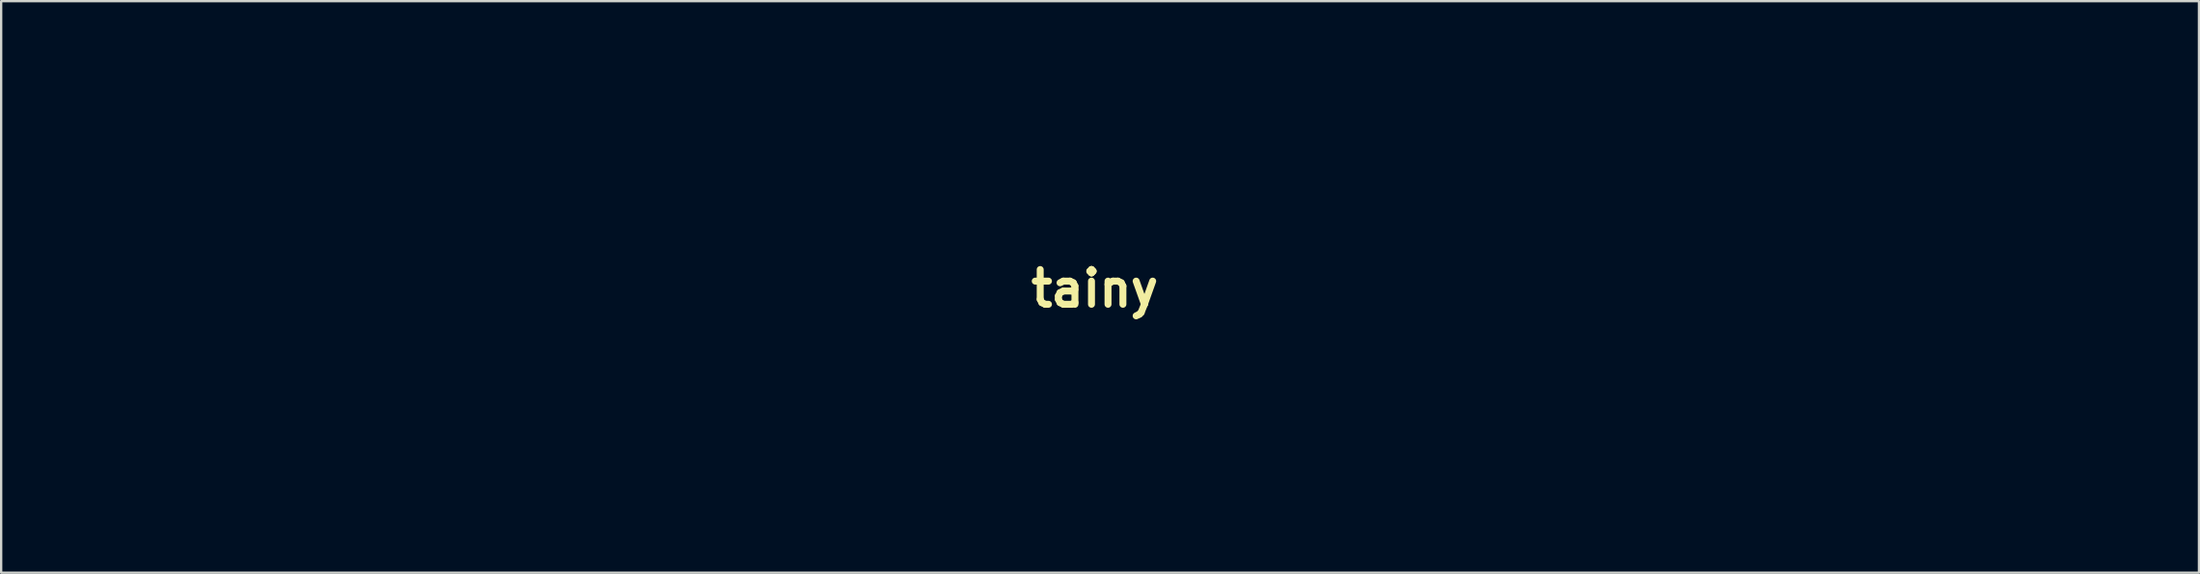
<source format=kicad_pcb>
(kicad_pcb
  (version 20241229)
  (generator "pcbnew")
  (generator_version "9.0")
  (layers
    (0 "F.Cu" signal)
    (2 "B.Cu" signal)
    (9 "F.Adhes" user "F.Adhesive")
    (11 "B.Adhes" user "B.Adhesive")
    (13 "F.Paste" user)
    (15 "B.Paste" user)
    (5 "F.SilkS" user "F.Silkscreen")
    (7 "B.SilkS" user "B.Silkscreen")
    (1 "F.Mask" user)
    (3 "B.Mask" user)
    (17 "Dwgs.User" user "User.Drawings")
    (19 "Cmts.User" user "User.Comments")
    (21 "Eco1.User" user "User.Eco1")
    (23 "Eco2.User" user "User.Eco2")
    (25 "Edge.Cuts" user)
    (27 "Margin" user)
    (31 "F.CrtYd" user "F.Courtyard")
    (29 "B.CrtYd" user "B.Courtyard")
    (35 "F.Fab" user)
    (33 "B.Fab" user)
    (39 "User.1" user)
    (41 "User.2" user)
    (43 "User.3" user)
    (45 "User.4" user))
  (footprint "tainy"
    (layer "F.Cu")
    (at 44.223 9.413)
    (property "Reference" "tainy" (at 0 0 0) (layer "F.SilkS") (effects (font (size 1.5 1.5) (thickness 0.3))))
    (attr board_only exclude_from_pos_files exclude_from_bom)
    (fp_poly (pts (xy 44.553 -9.288) (xy 44.638 -9.178) (xy 44.677 -9.08) (xy 44.678 -9.073) (xy 44.678 -9.06) (xy 44.678 -9.047) (xy 44.674 -9.031) (xy 44.661 -9.009) (xy 44.638 -8.978) (xy 44.601 -8.934) (xy 44.546 -8.874) (xy 44.469 -8.795) (xy 44.369 -8.694) (xy 44.241 -8.567) (xy 44.081 -8.412) (xy 43.888 -8.224) (xy 43.656 -8.001) (xy 43.383 -7.74) (xy 43.066 -7.437) (xy 42.701 -7.088) (xy 42.285 -6.692) (xy 41.814 -6.244) (xy 41.286 -5.741) (xy 40.696 -5.18) (xy 40.042 -4.558) (xy 39.319 -3.871) (xy 38.846 -3.42) (xy 38.242 -2.846) (xy 37.659 -2.29) (xy 37.101 -1.756) (xy 36.571 -1.249) (xy 36.074 -0.771) (xy 35.614 -0.328) (xy 35.195 0.076) (xy 34.822 0.438) (xy 34.499 0.753) (xy 34.229 1.018) (xy 34.018 1.227) (xy 33.87 1.378) (xy 33.788 1.466) (xy 33.772 1.486) (xy 33.757 1.552) (xy 33.72 1.708) (xy 33.664 1.947) (xy 33.591 2.261) (xy 33.503 2.642) (xy 33.401 3.082) (xy 33.287 3.572) (xy 33.163 4.106) (xy 33.03 4.675) (xy 32.892 5.272) (xy 32.888 5.287) (xy 32.723 5.996) (xy 32.579 6.611) (xy 32.454 7.141) (xy 32.347 7.591) (xy 32.256 7.967) (xy 32.178 8.275) (xy 32.114 8.523) (xy 32.061 8.716) (xy 32.017 8.86) (xy 31.982 8.962) (xy 31.952 9.028) (xy 31.928 9.065) (xy 31.922 9.07) (xy 31.895 9.087) (xy 31.856 9.103) (xy 31.797 9.116) (xy 31.71 9.126) (xy 31.589 9.135) (xy 31.425 9.142) (xy 31.212 9.148) (xy 30.941 9.152) (xy 30.606 9.155) (xy 30.199 9.156) (xy 29.713 9.158) (xy 29.139 9.158) (xy 28.531 9.158) (xy 27.874 9.158) (xy 27.311 9.158) (xy 26.834 9.157) (xy 26.436 9.155) (xy 26.109 9.153) (xy 25.846 9.149) (xy 25.639 9.144) (xy 25.481 9.137) (xy 25.364 9.128) (xy 25.281 9.118) (xy 25.225 9.105) (xy 25.187 9.089) (xy 25.161 9.071) (xy 25.147 9.057) (xy 25.072 8.958) (xy 25.046 8.882) (xy 25.057 8.822) (xy 25.089 8.671) (xy 25.141 8.437) (xy 25.211 8.128) (xy 25.297 7.752) (xy 25.396 7.317) (xy 25.508 6.829) (xy 25.631 6.298) (xy 25.762 5.731) (xy 25.9 5.136) (xy 25.907 5.104) (xy 26.769 1.4) (xy 26.424 0.814) (xy 25.952 0.01) (xy 25.528 -0.708) (xy 25.152 -1.343) (xy 24.822 -1.898) (xy 24.537 -2.374) (xy 24.295 -2.775) (xy 24.095 -3.102) (xy 23.936 -3.359) (xy 23.815 -3.546) (xy 23.732 -3.667) (xy 23.686 -3.725) (xy 23.674 -3.729) (xy 23.649 -3.655) (xy 23.609 -3.508) (xy 23.561 -3.314) (xy 23.537 -3.213) (xy 23.289 -2.13) (xy 23.045 -1.072) (xy 22.807 -0.042) (xy 22.576 0.956) (xy 22.352 1.917) (xy 22.137 2.836) (xy 21.932 3.71) (xy 21.738 4.535) (xy 21.555 5.305) (xy 21.385 6.016) (xy 21.23 6.665) (xy 21.089 7.247) (xy 20.964 7.757) (xy 20.856 8.192) (xy 20.766 8.546) (xy 20.695 8.817) (xy 20.644 8.998) (xy 20.614 9.087) (xy 20.609 9.095) (xy 20.569 9.108) (xy 20.484 9.12) (xy 20.347 9.13) (xy 20.154 9.138) (xy 19.897 9.144) (xy 19.57 9.149) (xy 19.168 9.153) (xy 18.685 9.156) (xy 18.113 9.158) (xy 17.448 9.158) (xy 17.303 9.158) (xy 16.65 9.158) (xy 16.092 9.157) (xy 15.619 9.156) (xy 15.226 9.154) (xy 14.904 9.151) (xy 14.646 9.147) (xy 14.444 9.141) (xy 14.292 9.134) (xy 14.181 9.125) (xy 14.104 9.114) (xy 14.054 9.101) (xy 14.023 9.085) (xy 14.006 9.07) (xy 13.97 9.015) (xy 13.885 8.88) (xy 13.755 8.669) (xy 13.583 8.389) (xy 13.373 8.045) (xy 13.129 7.644) (xy 12.853 7.19) (xy 12.549 6.69) (xy 12.222 6.149) (xy 11.873 5.574) (xy 11.507 4.969) (xy 11.134 4.351) (xy 10.755 3.724) (xy 10.389 3.119) (xy 10.04 2.544) (xy 9.711 2.003) (xy 9.407 1.503) (xy 9.13 1.05) (xy 8.885 0.648) (xy 8.674 0.305) (xy 8.501 0.025) (xy 8.37 -0.185) (xy 8.284 -0.32) (xy 8.247 -0.373) (xy 8.12 -0.448) (xy 7.968 -0.464) (xy 7.838 -0.416) (xy 7.817 -0.398) (xy 7.797 -0.34) (xy 7.755 -0.19) (xy 7.694 0.045) (xy 7.615 0.357) (xy 7.521 0.741) (xy 7.412 1.188) (xy 7.29 1.693) (xy 7.158 2.248) (xy 7.017 2.846) (xy 6.868 3.48) (xy 6.713 4.143) (xy 6.671 4.326) (xy 6.484 5.13) (xy 6.319 5.84) (xy 6.173 6.463) (xy 6.045 7.003) (xy 5.934 7.467) (xy 5.839 7.86) (xy 5.758 8.187) (xy 5.689 8.454) (xy 5.632 8.666) (xy 5.586 8.829) (xy 5.547 8.949) (xy 5.516 9.031) (xy 5.491 9.08) (xy 5.479 9.095) (xy 5.368 9.209) (xy 2.304 9.209) (xy 1.671 9.209) (xy 1.132 9.208) (xy 0.678 9.207) (xy 0.302 9.206) (xy -0.004 9.203) (xy -0.247 9.198) (xy -0.436 9.193) (xy -0.578 9.185) (xy -0.681 9.175) (xy -0.752 9.164) (xy -0.8 9.149) (xy -0.832 9.132) (xy -0.856 9.111) (xy -0.86 9.108) (xy -0.936 8.999) (xy -0.961 8.909) (xy -0.95 8.848) (xy -0.917 8.694) (xy -0.864 8.455) (xy -0.793 8.135) (xy -0.703 7.742) (xy -0.598 7.281) (xy -0.479 6.758) (xy -0.346 6.18) (xy -0.202 5.553) (xy -0.047 4.882) (xy 0.116 4.175) (xy 0.287 3.437) (xy 0.406 2.925) (xy 0.599 2.097) (xy 0.796 1.245) (xy 0.997 0.383) (xy 1.197 -0.481) (xy 1.395 -1.334) (xy 1.588 -2.165) (xy 1.773 -2.963) (xy 1.948 -3.717) (xy 2.11 -4.417) (xy 2.257 -5.05) (xy 2.386 -5.606) (xy 2.488 -6.046) (xy 2.619 -6.608) (xy 2.743 -7.137) (xy 2.86 -7.624) (xy 2.967 -8.062) (xy 3.061 -8.442) (xy 3.142 -8.756) (xy 3.206 -8.996) (xy 3.252 -9.153) (xy 3.278 -9.221) (xy 3.278 -9.221) (xy 3.299 -9.239) (xy 3.333 -9.255) (xy 3.387 -9.268) (xy 3.469 -9.279) (xy 3.586 -9.287) (xy 3.747 -9.294) (xy 3.957 -9.3) (xy 4.226 -9.304) (xy 4.559 -9.307) (xy 4.966 -9.308) (xy 5.453 -9.309) (xy 6.027 -9.31) (xy 6.552 -9.31) (xy 7.201 -9.31) (xy 7.755 -9.309) (xy 8.224 -9.308) (xy 8.614 -9.307) (xy 8.933 -9.304) (xy 9.189 -9.3) (xy 9.388 -9.294) (xy 9.539 -9.287) (xy 9.649 -9.278) (xy 9.726 -9.267) (xy 9.777 -9.253) (xy 9.81 -9.237) (xy 9.832 -9.219) (xy 9.836 -9.215) (xy 9.873 -9.159) (xy 9.959 -9.023) (xy 10.09 -8.811) (xy 10.263 -8.53) (xy 10.474 -8.185) (xy 10.72 -7.782) (xy 10.997 -7.327) (xy 11.302 -6.825) (xy 11.631 -6.282) (xy 11.981 -5.704) (xy 12.348 -5.096) (xy 12.729 -4.465) (xy 12.756 -4.421) (xy 13.138 -3.789) (xy 13.506 -3.18) (xy 13.856 -2.602) (xy 14.187 -2.058) (xy 14.493 -1.556) (xy 14.772 -1.1) (xy 15.02 -0.696) (xy 15.233 -0.35) (xy 15.408 -0.068) (xy 15.542 0.145) (xy 15.631 0.283) (xy 15.672 0.341) (xy 15.673 0.342) (xy 15.82 0.4) (xy 15.971 0.376) (xy 16.054 0.316) (xy 16.083 0.247) (xy 16.133 0.085) (xy 16.2 -0.161) (xy 16.284 -0.485) (xy 16.383 -0.881) (xy 16.495 -1.341) (xy 16.617 -1.859) (xy 16.697 -2.201) (xy 16.922 -3.169) (xy 17.124 -4.043) (xy 17.306 -4.827) (xy 17.469 -5.528) (xy 17.614 -6.15) (xy 17.742 -6.697) (xy 17.853 -7.175) (xy 17.951 -7.588) (xy 18.035 -7.941) (xy 18.106 -8.239) (xy 18.167 -8.487) (xy 18.218 -8.689) (xy 18.26 -8.852) (xy 18.294 -8.978) (xy 18.322 -9.074) (xy 18.345 -9.144) (xy 18.364 -9.192) (xy 18.381 -9.225) (xy 18.395 -9.246) (xy 18.41 -9.26) (xy 18.424 -9.272) (xy 18.447 -9.287) (xy 18.48 -9.3) (xy 18.531 -9.312) (xy 18.606 -9.322) (xy 18.71 -9.33) (xy 18.849 -9.337) (xy 19.031 -9.343) (xy 19.26 -9.348) (xy 19.543 -9.352) (xy 19.887 -9.355) (xy 20.297 -9.357) (xy 20.779 -9.359) (xy 21.339 -9.36) (xy 21.985 -9.36) (xy 22.721 -9.361) (xy 23.302 -9.361) (xy 23.989 -9.36) (xy 24.649 -9.359) (xy 25.273 -9.358) (xy 25.856 -9.356) (xy 26.389 -9.353) (xy 26.865 -9.35) (xy 27.278 -9.347) (xy 27.62 -9.343) (xy 27.884 -9.339) (xy 28.063 -9.334) (xy 28.15 -9.33) (xy 28.157 -9.329) (xy 28.194 -9.279) (xy 28.272 -9.145) (xy 28.387 -8.935) (xy 28.536 -8.656) (xy 28.715 -8.315) (xy 28.919 -7.919) (xy 29.146 -7.475) (xy 29.391 -6.991) (xy 29.651 -6.474) (xy 29.703 -6.371) (xy 30.048 -5.684) (xy 30.351 -5.086) (xy 30.611 -4.577) (xy 30.829 -4.158) (xy 31.005 -3.83) (xy 31.138 -3.591) (xy 31.227 -3.444) (xy 31.273 -3.388) (xy 31.404 -3.353) (xy 31.489 -3.359) (xy 31.54 -3.398) (xy 31.656 -3.506) (xy 31.831 -3.676) (xy 32.06 -3.902) (xy 32.337 -4.18) (xy 32.656 -4.503) (xy 33.014 -4.866) (xy 33.403 -5.264) (xy 33.818 -5.692) (xy 34.255 -6.143) (xy 34.476 -6.372) (xy 37.354 -9.357) (xy 38.625 -9.372) (xy 38.961 -9.376) (xy 39.378 -9.38) (xy 39.859 -9.384) (xy 40.382 -9.388) (xy 40.93 -9.392) (xy 41.482 -9.396) (xy 42.02 -9.399) (xy 42.162 -9.4) (xy 44.427 -9.413)) (stroke (width 0) (type solid)) (fill yes) (layer "F.Mask"))
    (fp_poly (pts (xy -1.21 -9.31) (xy -0.646 -9.31) (xy -0.169 -9.309) (xy 0.229 -9.307) (xy 0.556 -9.304) (xy 0.819 -9.301) (xy 1.026 -9.296) (xy 1.184 -9.289) (xy 1.301 -9.28) (xy 1.384 -9.269) (xy 1.44 -9.256) (xy 1.477 -9.241) (xy 1.503 -9.222) (xy 1.518 -9.209) (xy 1.593 -9.109) (xy 1.619 -9.033) (xy 1.608 -8.971) (xy 1.576 -8.82) (xy 1.525 -8.588) (xy 1.457 -8.285) (xy 1.374 -7.919) (xy 1.279 -7.5) (xy 1.172 -7.036) (xy 1.057 -6.537) (xy 0.964 -6.136) (xy 0.87 -5.727) (xy 0.759 -5.25) (xy 0.634 -4.711) (xy 0.496 -4.118) (xy 0.347 -3.477) (xy 0.189 -2.795) (xy 0.023 -2.08) (xy -0.15 -1.338) (xy -0.327 -0.576) (xy -0.507 0.198) (xy -0.688 0.979) (xy -0.869 1.759) (xy -1.049 2.53) (xy -1.225 3.287) (xy -1.396 4.022) (xy -1.56 4.728) (xy -1.716 5.399) (xy -1.862 6.026) (xy -1.996 6.605) (xy -2.117 7.126) (xy -2.224 7.585) (xy -2.314 7.973) (xy -2.387 8.283) (xy -2.439 8.51) (xy -2.471 8.645) (xy -2.472 8.65) (xy -2.526 8.851) (xy -2.584 9.016) (xy -2.636 9.119) (xy -2.651 9.135) (xy -2.714 9.145) (xy -2.872 9.155) (xy -3.118 9.166) (xy -3.446 9.176) (xy -3.849 9.186) (xy -4.32 9.195) (xy -4.853 9.204) (xy -5.442 9.213) (xy -6.08 9.222) (xy -6.76 9.229) (xy -7.476 9.236) (xy -8.221 9.243) (xy -8.989 9.248) (xy -9.773 9.252) (xy -10.567 9.256) (xy -11.364 9.258) (xy -12.158 9.259) (xy -12.471 9.259) (xy -12.993 9.259) (xy -13.423 9.258) (xy -13.77 9.256) (xy -14.045 9.253) (xy -14.256 9.248) (xy -14.413 9.24) (xy -14.525 9.23) (xy -14.603 9.216) (xy -14.654 9.199) (xy -14.689 9.179) (xy -14.706 9.164) (xy -14.739 9.122) (xy -14.77 9.051) (xy -14.801 8.942) (xy -14.835 8.782) (xy -14.873 8.56) (xy -14.919 8.264) (xy -14.974 7.884) (xy -14.995 7.735) (xy -15.054 7.321) (xy -15.104 6.995) (xy -15.145 6.748) (xy -15.181 6.567) (xy -15.213 6.44) (xy -15.244 6.357) (xy -15.277 6.306) (xy -15.284 6.299) (xy -15.304 6.281) (xy -15.33 6.264) (xy -15.369 6.251) (xy -15.428 6.239) (xy -15.512 6.229) (xy -15.63 6.222) (xy -15.787 6.216) (xy -15.992 6.211) (xy -16.25 6.209) (xy -16.568 6.207) (xy -16.954 6.207) (xy -17.414 6.208) (xy -17.955 6.209) (xy -18.584 6.212) (xy -19.266 6.215) (xy -19.988 6.218) (xy -20.614 6.221) (xy -21.153 6.224) (xy -21.611 6.227) (xy -21.995 6.231) (xy -22.311 6.236) (xy -22.567 6.242) (xy -22.768 6.248) (xy -22.923 6.256) (xy -23.037 6.265) (xy -23.117 6.275) (xy -23.171 6.287) (xy -23.204 6.302) (xy -23.224 6.318) (xy -23.224 6.318) (xy -23.268 6.382) (xy -23.356 6.522) (xy -23.483 6.727) (xy -23.64 6.985) (xy -23.821 7.285) (xy -24.02 7.617) (xy -24.132 7.806) (xy -24.336 8.147) (xy -24.526 8.459) (xy -24.696 8.733) (xy -24.838 8.957) (xy -24.946 9.121) (xy -25.014 9.214) (xy -25.031 9.231) (xy -25.093 9.236) (xy -25.246 9.24) (xy -25.484 9.244) (xy -25.797 9.248) (xy -26.177 9.252) (xy -26.614 9.255) (xy -27.101 9.257) (xy -27.629 9.259) (xy -28.19 9.26) (xy -28.393 9.26) (xy -29.053 9.261) (xy -29.62 9.261) (xy -30.1 9.26) (xy -30.501 9.259) (xy -30.831 9.256) (xy -31.096 9.252) (xy -31.305 9.247) (xy -31.465 9.24) (xy -31.583 9.231) (xy -31.666 9.221) (xy -31.723 9.208) (xy -31.76 9.192) (xy -31.785 9.175) (xy -31.786 9.174) (xy -31.863 9.043) (xy -31.865 8.957) (xy -31.835 8.902) (xy -31.749 8.768) (xy -31.613 8.56) (xy -31.427 8.283) (xy -31.196 7.94) (xy -30.923 7.537) (xy -30.61 7.078) (xy -30.261 6.567) (xy -29.879 6.009) (xy -29.466 5.408) (xy -29.027 4.769) (xy -28.563 4.096) (xy -28.078 3.394) (xy -27.576 2.668) (xy -27.2 2.125) (xy -27.054 1.914) (xy -20.492 1.914) (xy -20.454 2.015) (xy -20.363 2.118) (xy -20.359 2.121) (xy -20.323 2.147) (xy -20.281 2.169) (xy -20.223 2.186) (xy -20.141 2.199) (xy -20.022 2.209) (xy -19.859 2.216) (xy -19.642 2.221) (xy -19.359 2.224) (xy -19.003 2.226) (xy -18.563 2.226) (xy -18.161 2.226) (xy -17.668 2.225) (xy -17.22 2.222) (xy -16.825 2.216) (xy -16.493 2.209) (xy -16.234 2.2) (xy -16.056 2.19) (xy -15.97 2.178) (xy -15.968 2.177) (xy -15.86 2.097) (xy -15.809 2.006) (xy -15.81 1.934) (xy -15.825 1.772) (xy -15.853 1.528) (xy -15.892 1.213) (xy -15.94 0.836) (xy -15.998 0.406) (xy -16.063 -0.068) (xy -16.135 -0.574) (xy -16.184 -0.916) (xy -16.273 -1.531) (xy -16.349 -2.053) (xy -16.414 -2.49) (xy -16.47 -2.85) (xy -16.518 -3.139) (xy -16.561 -3.367) (xy -16.601 -3.539) (xy -16.638 -3.664) (xy -16.676 -3.75) (xy -16.715 -3.803) (xy -16.758 -3.832) (xy -16.807 -3.844) (xy -16.863 -3.846) (xy -16.901 -3.845) (xy -17.032 -3.813) (xy -17.111 -3.757) (xy -17.164 -3.682) (xy -17.26 -3.532) (xy -17.396 -3.315) (xy -17.565 -3.041) (xy -17.762 -2.717) (xy -17.983 -2.354) (xy -18.22 -1.961) (xy -18.47 -1.545) (xy -18.726 -1.117) (xy -18.984 -0.684) (xy -19.238 -0.257) (xy -19.483 0.157) (xy -19.713 0.548) (xy -19.924 0.907) (xy -20.109 1.225) (xy -20.264 1.493) (xy -20.383 1.703) (xy -20.46 1.846) (xy -20.492 1.912) (xy -20.492 1.914) (xy -27.054 1.914) (xy -26.687 1.384) (xy -26.189 0.665) (xy -25.71 -0.027) (xy -25.252 -0.689) (xy -24.82 -1.315) (xy -24.415 -1.901) (xy -24.041 -2.443) (xy -23.7 -2.936) (xy -23.397 -3.376) (xy -23.134 -3.758) (xy -22.915 -4.079) (xy -22.741 -4.332) (xy -22.617 -4.515) (xy -22.545 -4.622) (xy -22.527 -4.651) (xy -22.532 -4.664) (xy -22.565 -4.676) (xy -22.632 -4.685) (xy -22.738 -4.693) (xy -22.89 -4.699) (xy -23.095 -4.703) (xy -23.359 -4.705) (xy -23.688 -4.706) (xy -24.088 -4.705) (xy -24.567 -4.703) (xy -25.13 -4.7) (xy -25.783 -4.695) (xy -26.26 -4.691) (xy -26.968 -4.685) (xy -27.582 -4.68) (xy -28.109 -4.675) (xy -28.555 -4.669) (xy -28.928 -4.664) (xy -29.234 -4.658) (xy -29.48 -4.651) (xy -29.673 -4.644) (xy -29.82 -4.635) (xy -29.928 -4.626) (xy -30.004 -4.614) (xy -30.055 -4.601) (xy -30.087 -4.586) (xy -30.108 -4.569) (xy -30.138 -4.501) (xy -30.188 -4.34) (xy -30.258 -4.085) (xy -30.348 -3.735) (xy -30.459 -3.29) (xy -30.59 -2.748) (xy -30.742 -2.11) (xy -30.914 -1.373) (xy -31.034 -0.86) (xy -31.307 0.318) (xy -31.558 1.401) (xy -31.788 2.393) (xy -31.997 3.299) (xy -32.188 4.121) (xy -32.361 4.865) (xy -32.516 5.534) (xy -32.655 6.132) (xy -32.779 6.663) (xy -32.889 7.131) (xy -32.985 7.54) (xy -33.069 7.893) (xy -33.142 8.195) (xy -33.204 8.449) (xy -33.256 8.66) (xy -33.3 8.832) (xy -33.337 8.968) (xy -33.367 9.072) (xy -33.391 9.148) (xy -33.411 9.201) (xy -33.427 9.233) (xy -33.441 9.25) (xy -33.452 9.255) (xy -33.463 9.252) (xy -33.474 9.244) (xy -33.486 9.237) (xy -33.5 9.233) (xy -33.509 9.234) (xy -33.585 9.24) (xy -33.751 9.246) (xy -33.996 9.251) (xy -34.309 9.256) (xy -34.681 9.26) (xy -35.1 9.264) (xy -35.556 9.267) (xy -36.04 9.269) (xy -36.539 9.271) (xy -37.044 9.272) (xy -37.545 9.273) (xy -38.03 9.272) (xy -38.49 9.272) (xy -38.913 9.27) (xy -39.29 9.267) (xy -39.61 9.264) (xy -39.862 9.26) (xy -40.036 9.255) (xy -40.122 9.249) (xy -40.127 9.248) (xy -40.185 9.223) (xy -40.23 9.19) (xy -40.26 9.139) (xy -40.276 9.061) (xy -40.275 8.948) (xy -40.257 8.791) (xy -40.221 8.581) (xy -40.165 8.308) (xy -40.09 7.963) (xy -39.993 7.539) (xy -39.873 7.025) (xy -39.869 7.008) (xy -39.604 5.87) (xy -39.348 4.772) (xy -39.103 3.718) (xy -38.869 2.711) (xy -38.648 1.756) (xy -38.439 0.856) (xy -38.244 0.014) (xy -38.063 -0.765) (xy -37.899 -1.479) (xy -37.75 -2.123) (xy -37.619 -2.694) (xy -37.506 -3.188) (xy -37.411 -3.602) (xy -37.337 -3.932) (xy -37.283 -4.174) (xy -37.25 -4.324) (xy -37.24 -4.379) (xy -37.273 -4.467) (xy -37.341 -4.554) (xy -37.364 -4.574) (xy -37.392 -4.591) (xy -37.435 -4.606) (xy -37.5 -4.618) (xy -37.593 -4.628) (xy -37.722 -4.636) (xy -37.896 -4.642) (xy -38.12 -4.647) (xy -38.403 -4.65) (xy -38.753 -4.653) (xy -39.175 -4.654) (xy -39.679 -4.655) (xy -40.272 -4.655) (xy -40.749 -4.655) (xy -41.409 -4.655) (xy -41.976 -4.656) (xy -42.456 -4.657) (xy -42.858 -4.658) (xy -43.187 -4.661) (xy -43.453 -4.665) (xy -43.661 -4.67) (xy -43.821 -4.677) (xy -43.938 -4.686) (xy -44.02 -4.697) (xy -44.076 -4.709) (xy -44.111 -4.725) (xy -44.134 -4.742) (xy -44.139 -4.748) (xy -44.205 -4.859) (xy -44.223 -4.937) (xy -44.211 -5.031) (xy -44.178 -5.207) (xy -44.128 -5.451) (xy -44.062 -5.752) (xy -43.984 -6.096) (xy -43.897 -6.471) (xy -43.804 -6.863) (xy -43.709 -7.261) (xy -43.613 -7.651) (xy -43.521 -8.021) (xy -43.436 -8.358) (xy -43.36 -8.648) (xy -43.296 -8.88) (xy -43.248 -9.041) (xy -43.219 -9.117) (xy -43.217 -9.12) (xy -43.205 -9.129) (xy -43.185 -9.137) (xy -43.152 -9.144) (xy -43.104 -9.151) (xy -43.038 -9.158) (xy -42.949 -9.164) (xy -42.835 -9.169) (xy -42.693 -9.175) (xy -42.518 -9.18) (xy -42.308 -9.184) (xy -42.06 -9.188) (xy -41.769 -9.192) (xy -41.434 -9.196) (xy -41.049 -9.2) (xy -40.613 -9.203) (xy -40.121 -9.206) (xy -39.571 -9.209) (xy -38.959 -9.212) (xy -38.282 -9.215) (xy -37.536 -9.217) (xy -36.718 -9.22) (xy -35.825 -9.223) (xy -34.854 -9.225) (xy -33.8 -9.228) (xy -32.662 -9.23) (xy -31.435 -9.233) (xy -30.116 -9.236) (xy -28.702 -9.239) (xy -27.473 -9.242) (xy -11.815 -9.274) (xy -11.72 -9.168) (xy -11.69 -9.107) (xy -11.646 -8.977) (xy -11.588 -8.772) (xy -11.514 -8.489) (xy -11.423 -8.124) (xy -11.315 -7.674) (xy -11.188 -7.135) (xy -11.041 -6.502) (xy -10.952 -6.112) (xy -10.819 -5.53) (xy -10.668 -4.867) (xy -10.502 -4.144) (xy -10.327 -3.377) (xy -10.147 -2.586) (xy -9.965 -1.789) (xy -9.785 -1.004) (xy -9.613 -0.251) (xy -9.453 0.452) (xy -9.44 0.506) (xy -9.304 1.102) (xy -9.174 1.671) (xy -9.052 2.205) (xy -8.939 2.697) (xy -8.838 3.138) (xy -8.751 3.52) (xy -8.678 3.835) (xy -8.623 4.076) (xy -8.586 4.234) (xy -8.571 4.301) (xy -8.539 4.427) (xy -8.495 4.301) (xy -8.484 4.259) (xy -8.461 4.169) (xy -8.426 4.027) (xy -8.379 3.83) (xy -8.319 3.576) (xy -8.245 3.262) (xy -8.156 2.884) (xy -8.052 2.441) (xy -7.933 1.929) (xy -7.797 1.345) (xy -7.643 0.687) (xy -7.472 -0.049) (xy -7.283 -0.864) (xy -7.074 -1.763) (xy -6.845 -2.748) (xy -6.596 -3.822) (xy -6.326 -4.987) (xy -6.034 -6.246) (xy -5.893 -6.856) (xy -5.765 -7.406) (xy -5.656 -7.865) (xy -5.565 -8.242) (xy -5.49 -8.544) (xy -5.428 -8.778) (xy -5.377 -8.955) (xy -5.334 -9.08) (xy -5.299 -9.163) (xy -5.268 -9.21) (xy -5.257 -9.221) (xy -5.23 -9.239) (xy -5.191 -9.254) (xy -5.132 -9.267) (xy -5.045 -9.278) (xy -4.924 -9.287) (xy -4.76 -9.294) (xy -4.547 -9.299) (xy -4.276 -9.303) (xy -3.941 -9.306) (xy -3.534 -9.308) (xy -3.048 -9.309) (xy -2.474 -9.31) (xy -1.867 -9.31)) (stroke (width 0) (type solid)) (fill yes) (layer "F.Mask")))
  (gr_rect
    (start -3 -3)
    (end 91.901 21.686)
    (stroke (width 0.1) (type default))
    (fill no)
    (layer "Edge.Cuts")))
</source>
